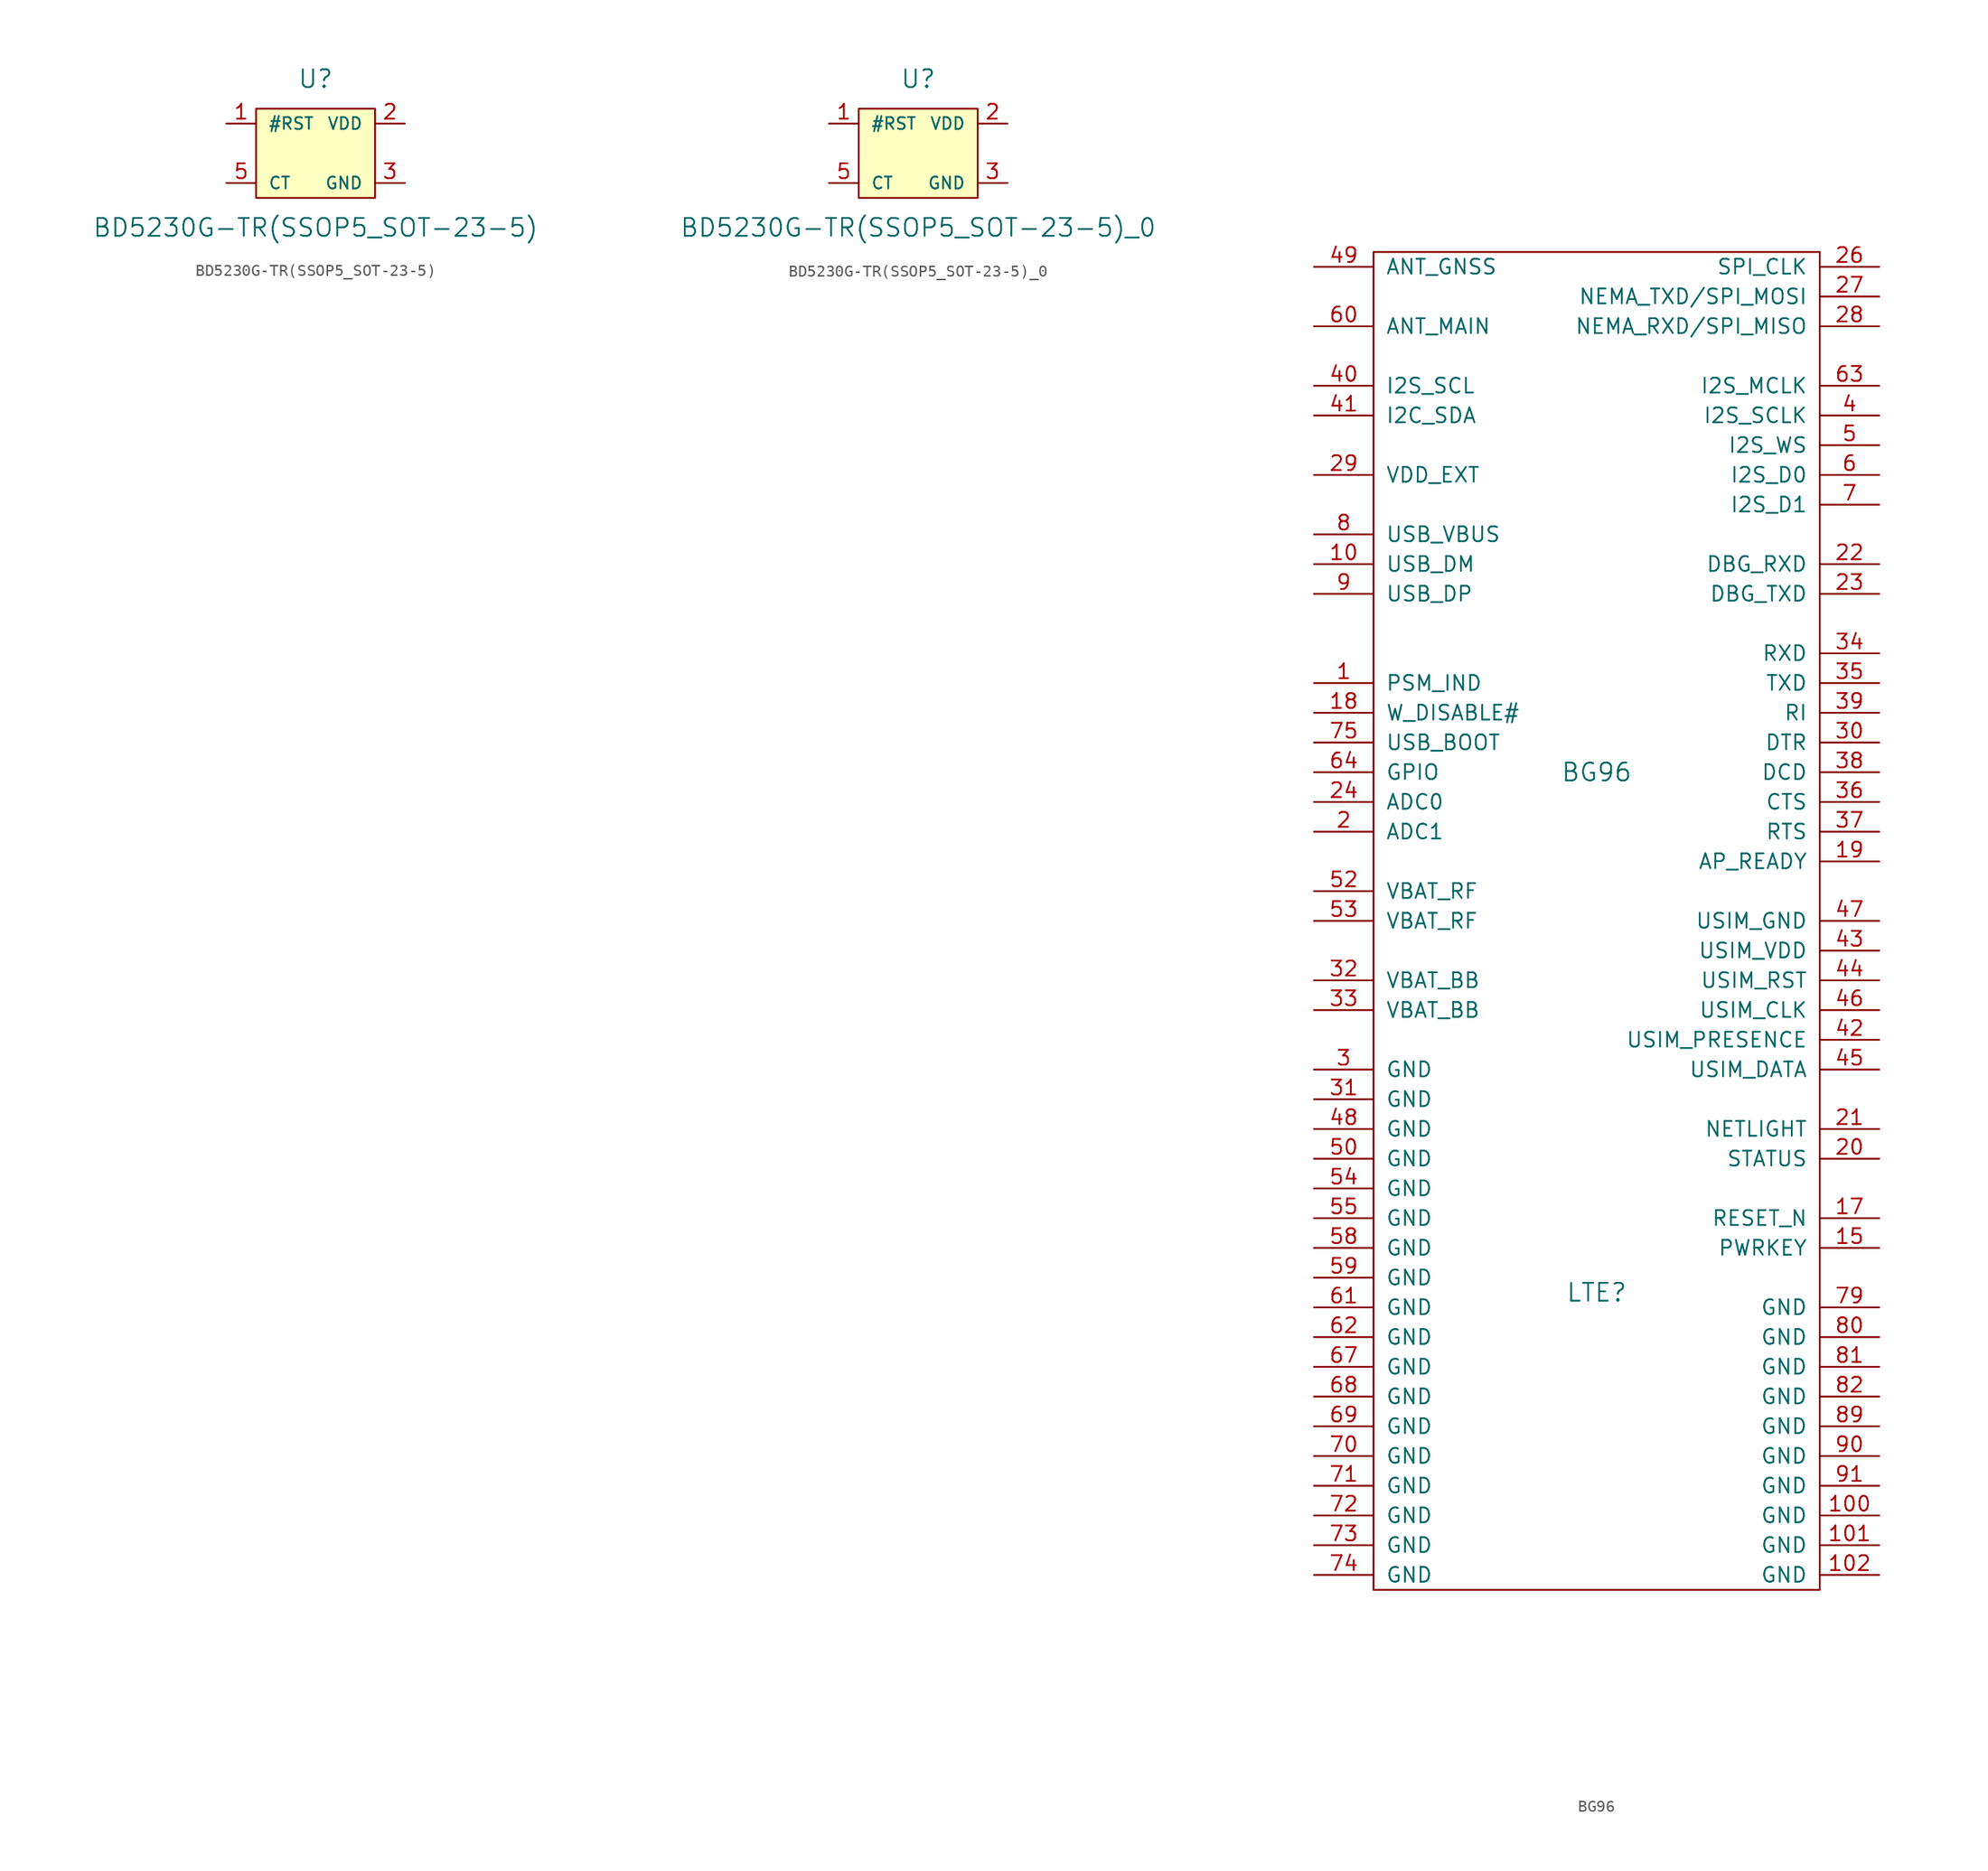
<source format=kicad_sym>
(kicad_symbol_lib
  (version 20220914)
  (generator kicad_symbol_editor)
  (symbol "BD5230G-TR(SSOP5_SOT-23-5)"
    (pin_names
      (offset 1.016))
    (property "Reference" "U"
      (at 0 6.35 0)
      (effects (font (size 1.524 1.524))))
    (property "Value" "BD5230G-TR(SSOP5_SOT-23-5)"
      (at 0 -6.35 0)
      (effects (font (size 1.524 1.524))))
    (symbol "BD5230G-TR(SSOP5_SOT-23-5)_0_1"
      (rectangle (start -5.08 3.81) (end 5.08 -3.81) (stroke (width 0) (type solid)) (fill (type background))))
    (symbol "BD5230G-TR(SSOP5_SOT-23-5)_1_1"
      (pin open_collector line (at -7.62 2.54 0) (length 2.54) (name "#RST" (effects (font (size 1.016 1.016)))) (number "1" (effects (font (size 1.27 1.27)))))
      (pin power_in line (at 7.62 2.54 180) (length 2.54) (name "VDD" (effects (font (size 1.016 1.016)))) (number "2" (effects (font (size 1.27 1.27)))))
      (pin power_in line (at 7.62 -2.54 180) (length 2.54) (name "GND" (effects (font (size 1.016 1.016)))) (number "3" (effects (font (size 1.27 1.27)))))
      (pin passive line (at -7.62 -2.54 0) (length 2.54) (name "CT" (effects (font (size 1.016 1.016)))) (number "5" (effects (font (size 1.27 1.27)))))))
  (symbol "BD5230G-TR(SSOP5_SOT-23-5)_0"
    (pin_names
      (offset 1.016))
    (property "Reference" "U"
      (at 0 6.35 0)
      (effects (font (size 1.524 1.524))))
    (property "Value" "BD5230G-TR(SSOP5_SOT-23-5)_0"
      (at 0 -6.35 0)
      (effects (font (size 1.524 1.524))))
    (symbol "BD5230G-TR(SSOP5_SOT-23-5)_0_0_1"
      (rectangle (start -5.08 3.81) (end 5.08 -3.81) (stroke (width 0) (type solid)) (fill (type background))))
    (symbol "BD5230G-TR(SSOP5_SOT-23-5)_0_1_1"
      (pin open_collector line (at -7.62 2.54 0) (length 2.54) (name "#RST" (effects (font (size 1.016 1.016)))) (number "1" (effects (font (size 1.27 1.27)))))
      (pin power_in line (at 7.62 2.54 180) (length 2.54) (name "VDD" (effects (font (size 1.016 1.016)))) (number "2" (effects (font (size 1.27 1.27)))))
      (pin power_in line (at 7.62 -2.54 180) (length 2.54) (name "GND" (effects (font (size 1.016 1.016)))) (number "3" (effects (font (size 1.27 1.27)))))
      (pin passive line (at -7.62 -2.54 0) (length 2.54) (name "CT" (effects (font (size 1.016 1.016)))) (number "5" (effects (font (size 1.27 1.27)))))))
  (symbol "BG96"
    (pin_names
      (offset 1.016))
    (property "Reference" "LTE"
      (at 0 -34.29 0)
      (effects (font (size 1.524 1.524))))
    (property "Value" "BG96"
      (at 0 10.16 0)
      (effects (font (size 1.524 1.524))))
    (symbol "BG96_0_1"
      (rectangle (start -19.05 54.61) (end 19.05 -59.69) (stroke (width 0) (type solid)) (fill (type none))))
    (symbol "BG96_1_1"
      (pin output line (at -24.13 17.78 0) (length 5.08) (name "PSM_IND" (effects (font (size 1.27 1.27)))) (number "1" (effects (font (size 1.27 1.27)))))
      (pin bidirectional line (at -24.13 27.94 0) (length 5.08) (name "USB_DM" (effects (font (size 1.27 1.27)))) (number "10" (effects (font (size 1.27 1.27)))))
      (pin power_in line (at 24.13 -53.34 180) (length 5.08) (name "GND" (effects (font (size 1.27 1.27)))) (number "100" (effects (font (size 1.27 1.27)))))
      (pin power_in line (at 24.13 -55.88 180) (length 5.08) (name "GND" (effects (font (size 1.27 1.27)))) (number "101" (effects (font (size 1.27 1.27)))))
      (pin power_in line (at 24.13 -58.42 180) (length 5.08) (name "GND" (effects (font (size 1.27 1.27)))) (number "102" (effects (font (size 1.27 1.27)))))
      (pin no_connect line (at -12.7 -64.77 90) (length 5.08) hide (name "NC" (effects (font (size 1.27 1.27)))) (number "11" (effects (font (size 1.27 1.27)))))
      (pin no_connect line (at -11.43 -64.77 90) (length 5.08) hide (name "NC" (effects (font (size 1.27 1.27)))) (number "12" (effects (font (size 1.27 1.27)))))
      (pin no_connect line (at -10.16 -64.77 90) (length 5.08) hide (name "NC" (effects (font (size 1.27 1.27)))) (number "13" (effects (font (size 1.27 1.27)))))
      (pin no_connect line (at -8.89 -64.77 90) (length 5.08) hide (name "NC" (effects (font (size 1.27 1.27)))) (number "14" (effects (font (size 1.27 1.27)))))
      (pin input line (at 24.13 -30.48 180) (length 5.08) (name "PWRKEY" (effects (font (size 1.27 1.27)))) (number "15" (effects (font (size 1.27 1.27)))))
      (pin no_connect line (at -7.62 -64.77 90) (length 5.08) hide (name "NC" (effects (font (size 1.27 1.27)))) (number "16" (effects (font (size 1.27 1.27)))))
      (pin input line (at 24.13 -27.94 180) (length 5.08) (name "RESET_N" (effects (font (size 1.27 1.27)))) (number "17" (effects (font (size 1.27 1.27)))))
      (pin input line (at -24.13 15.24 0) (length 5.08) (name "W_DISABLE#" (effects (font (size 1.27 1.27)))) (number "18" (effects (font (size 1.27 1.27)))))
      (pin input line (at 24.13 2.54 180) (length 5.08) (name "AP_READY" (effects (font (size 1.27 1.27)))) (number "19" (effects (font (size 1.27 1.27)))))
      (pin input line (at -24.13 5.08 0) (length 5.08) (name "ADC1" (effects (font (size 1.27 1.27)))) (number "2" (effects (font (size 1.27 1.27)))))
      (pin output line (at 24.13 -22.86 180) (length 5.08) (name "STATUS" (effects (font (size 1.27 1.27)))) (number "20" (effects (font (size 1.27 1.27)))))
      (pin output line (at 24.13 -20.32 180) (length 5.08) (name "NETLIGHT" (effects (font (size 1.27 1.27)))) (number "21" (effects (font (size 1.27 1.27)))))
      (pin input line (at 24.13 27.94 180) (length 5.08) (name "DBG_RXD" (effects (font (size 1.27 1.27)))) (number "22" (effects (font (size 1.27 1.27)))))
      (pin output line (at 24.13 25.4 180) (length 5.08) (name "DBG_TXD" (effects (font (size 1.27 1.27)))) (number "23" (effects (font (size 1.27 1.27)))))
      (pin input line (at -24.13 7.62 0) (length 5.08) (name "ADC0" (effects (font (size 1.27 1.27)))) (number "24" (effects (font (size 1.27 1.27)))))
      (pin no_connect line (at -6.35 -64.77 90) (length 5.08) hide (name "NC" (effects (font (size 1.27 1.27)))) (number "25" (effects (font (size 1.27 1.27)))))
      (pin output line (at 24.13 53.34 180) (length 5.08) (name "SPI_CLK" (effects (font (size 1.27 1.27)))) (number "26" (effects (font (size 1.27 1.27)))))
      (pin input line (at 24.13 50.8 180) (length 5.08) (name "NEMA_TXD/SPI_MOSI" (effects (font (size 1.27 1.27)))) (number "27" (effects (font (size 1.27 1.27)))))
      (pin input line (at 24.13 48.26 180) (length 5.08) (name "NEMA_RXD/SPI_MISO" (effects (font (size 1.27 1.27)))) (number "28" (effects (font (size 1.27 1.27)))))
      (pin power_out line (at -24.13 35.56 0) (length 5.08) (name "VDD_EXT" (effects (font (size 1.27 1.27)))) (number "29" (effects (font (size 1.27 1.27)))))
      (pin power_in line (at -24.13 -15.24 0) (length 5.08) (name "GND" (effects (font (size 1.27 1.27)))) (number "3" (effects (font (size 1.27 1.27)))))
      (pin input line (at 24.13 12.7 180) (length 5.08) (name "DTR" (effects (font (size 1.27 1.27)))) (number "30" (effects (font (size 1.27 1.27)))))
      (pin power_in line (at -24.13 -17.78 0) (length 5.08) (name "GND" (effects (font (size 1.27 1.27)))) (number "31" (effects (font (size 1.27 1.27)))))
      (pin power_in line (at -24.13 -7.62 0) (length 5.08) (name "VBAT_BB" (effects (font (size 1.27 1.27)))) (number "32" (effects (font (size 1.27 1.27)))))
      (pin power_in line (at -24.13 -10.16 0) (length 5.08) (name "VBAT_BB" (effects (font (size 1.27 1.27)))) (number "33" (effects (font (size 1.27 1.27)))))
      (pin input line (at 24.13 20.32 180) (length 5.08) (name "RXD" (effects (font (size 1.27 1.27)))) (number "34" (effects (font (size 1.27 1.27)))))
      (pin output line (at 24.13 17.78 180) (length 5.08) (name "TXD" (effects (font (size 1.27 1.27)))) (number "35" (effects (font (size 1.27 1.27)))))
      (pin output line (at 24.13 7.62 180) (length 5.08) (name "CTS" (effects (font (size 1.27 1.27)))) (number "36" (effects (font (size 1.27 1.27)))))
      (pin input line (at 24.13 5.08 180) (length 5.08) (name "RTS" (effects (font (size 1.27 1.27)))) (number "37" (effects (font (size 1.27 1.27)))))
      (pin output line (at 24.13 10.16 180) (length 5.08) (name "DCD" (effects (font (size 1.27 1.27)))) (number "38" (effects (font (size 1.27 1.27)))))
      (pin output line (at 24.13 15.24 180) (length 5.08) (name "RI" (effects (font (size 1.27 1.27)))) (number "39" (effects (font (size 1.27 1.27)))))
      (pin output line (at 24.13 40.64 180) (length 5.08) (name "I2S_SCLK" (effects (font (size 1.27 1.27)))) (number "4" (effects (font (size 1.27 1.27)))))
      (pin open_collector line (at -24.13 43.18 0) (length 5.08) (name "I2S_SCL" (effects (font (size 1.27 1.27)))) (number "40" (effects (font (size 1.27 1.27)))))
      (pin open_collector line (at -24.13 40.64 0) (length 5.08) (name "I2C_SDA" (effects (font (size 1.27 1.27)))) (number "41" (effects (font (size 1.27 1.27)))))
      (pin input line (at 24.13 -12.7 180) (length 5.08) (name "USIM_PRESENCE" (effects (font (size 1.27 1.27)))) (number "42" (effects (font (size 1.27 1.27)))))
      (pin power_out line (at 24.13 -5.08 180) (length 5.08) (name "USIM_VDD" (effects (font (size 1.27 1.27)))) (number "43" (effects (font (size 1.27 1.27)))))
      (pin output line (at 24.13 -7.62 180) (length 5.08) (name "USIM_RST" (effects (font (size 1.27 1.27)))) (number "44" (effects (font (size 1.27 1.27)))))
      (pin bidirectional line (at 24.13 -15.24 180) (length 5.08) (name "USIM_DATA" (effects (font (size 1.27 1.27)))) (number "45" (effects (font (size 1.27 1.27)))))
      (pin output line (at 24.13 -10.16 180) (length 5.08) (name "USIM_CLK" (effects (font (size 1.27 1.27)))) (number "46" (effects (font (size 1.27 1.27)))))
      (pin power_out line (at 24.13 -2.54 180) (length 5.08) (name "USIM_GND" (effects (font (size 1.27 1.27)))) (number "47" (effects (font (size 1.27 1.27)))))
      (pin power_in line (at -24.13 -20.32 0) (length 5.08) (name "GND" (effects (font (size 1.27 1.27)))) (number "48" (effects (font (size 1.27 1.27)))))
      (pin input line (at -24.13 53.34 0) (length 5.08) (name "ANT_GNSS" (effects (font (size 1.27 1.27)))) (number "49" (effects (font (size 1.27 1.27)))))
      (pin output line (at 24.13 38.1 180) (length 5.08) (name "I2S_WS" (effects (font (size 1.27 1.27)))) (number "5" (effects (font (size 1.27 1.27)))))
      (pin power_in line (at -24.13 -22.86 0) (length 5.08) (name "GND" (effects (font (size 1.27 1.27)))) (number "50" (effects (font (size 1.27 1.27)))))
      (pin no_connect line (at -5.08 -64.77 90) (length 5.08) hide (name "NC" (effects (font (size 1.27 1.27)))) (number "51" (effects (font (size 1.27 1.27)))))
      (pin power_in line (at -24.13 0 0) (length 5.08) (name "VBAT_RF" (effects (font (size 1.27 1.27)))) (number "52" (effects (font (size 1.27 1.27)))))
      (pin power_in line (at -24.13 -2.54 0) (length 5.08) (name "VBAT_RF" (effects (font (size 1.27 1.27)))) (number "53" (effects (font (size 1.27 1.27)))))
      (pin power_in line (at -24.13 -25.4 0) (length 5.08) (name "GND" (effects (font (size 1.27 1.27)))) (number "54" (effects (font (size 1.27 1.27)))))
      (pin power_in line (at -24.13 -27.94 0) (length 5.08) (name "GND" (effects (font (size 1.27 1.27)))) (number "55" (effects (font (size 1.27 1.27)))))
      (pin no_connect line (at -3.81 -64.77 90) (length 5.08) hide (name "NC" (effects (font (size 1.27 1.27)))) (number "56" (effects (font (size 1.27 1.27)))))
      (pin no_connect line (at -2.54 -64.77 90) (length 5.08) hide (name "NC" (effects (font (size 1.27 1.27)))) (number "57" (effects (font (size 1.27 1.27)))))
      (pin power_in line (at -24.13 -30.48 0) (length 5.08) (name "GND" (effects (font (size 1.27 1.27)))) (number "58" (effects (font (size 1.27 1.27)))))
      (pin power_in line (at -24.13 -33.02 0) (length 5.08) (name "GND" (effects (font (size 1.27 1.27)))) (number "59" (effects (font (size 1.27 1.27)))))
      (pin bidirectional line (at 24.13 35.56 180) (length 5.08) (name "I2S_D0" (effects (font (size 1.27 1.27)))) (number "6" (effects (font (size 1.27 1.27)))))
      (pin bidirectional line (at -24.13 48.26 0) (length 5.08) (name "ANT_MAIN" (effects (font (size 1.27 1.27)))) (number "60" (effects (font (size 1.27 1.27)))))
      (pin power_in line (at -24.13 -35.56 0) (length 5.08) (name "GND" (effects (font (size 1.27 1.27)))) (number "61" (effects (font (size 1.27 1.27)))))
      (pin power_in line (at -24.13 -38.1 0) (length 5.08) (name "GND" (effects (font (size 1.27 1.27)))) (number "62" (effects (font (size 1.27 1.27)))))
      (pin output line (at 24.13 43.18 180) (length 5.08) (name "I2S_MCLK" (effects (font (size 1.27 1.27)))) (number "63" (effects (font (size 1.27 1.27)))))
      (pin bidirectional line (at -24.13 10.16 0) (length 5.08) (name "GPIO" (effects (font (size 1.27 1.27)))) (number "64" (effects (font (size 1.27 1.27)))))
      (pin no_connect line (at -1.27 -64.77 90) (length 5.08) hide (name "NC" (effects (font (size 1.27 1.27)))) (number "65" (effects (font (size 1.27 1.27)))))
      (pin no_connect line (at 0 -64.77 90) (length 5.08) hide (name "NC" (effects (font (size 1.27 1.27)))) (number "66" (effects (font (size 1.27 1.27)))))
      (pin power_in line (at -24.13 -40.64 0) (length 5.08) (name "GND" (effects (font (size 1.27 1.27)))) (number "67" (effects (font (size 1.27 1.27)))))
      (pin power_in line (at -24.13 -43.18 0) (length 5.08) (name "GND" (effects (font (size 1.27 1.27)))) (number "68" (effects (font (size 1.27 1.27)))))
      (pin power_in line (at -24.13 -45.72 0) (length 5.08) (name "GND" (effects (font (size 1.27 1.27)))) (number "69" (effects (font (size 1.27 1.27)))))
      (pin bidirectional line (at 24.13 33.02 180) (length 5.08) (name "I2S_D1" (effects (font (size 1.27 1.27)))) (number "7" (effects (font (size 1.27 1.27)))))
      (pin power_in line (at -24.13 -48.26 0) (length 5.08) (name "GND" (effects (font (size 1.27 1.27)))) (number "70" (effects (font (size 1.27 1.27)))))
      (pin power_in line (at -24.13 -50.8 0) (length 5.08) (name "GND" (effects (font (size 1.27 1.27)))) (number "71" (effects (font (size 1.27 1.27)))))
      (pin power_in line (at -24.13 -53.34 0) (length 5.08) (name "GND" (effects (font (size 1.27 1.27)))) (number "72" (effects (font (size 1.27 1.27)))))
      (pin power_in line (at -24.13 -55.88 0) (length 5.08) (name "GND" (effects (font (size 1.27 1.27)))) (number "73" (effects (font (size 1.27 1.27)))))
      (pin power_in line (at -24.13 -58.42 0) (length 5.08) (name "GND" (effects (font (size 1.27 1.27)))) (number "74" (effects (font (size 1.27 1.27)))))
      (pin input line (at -24.13 12.7 0) (length 5.08) (name "USB_BOOT" (effects (font (size 1.27 1.27)))) (number "75" (effects (font (size 1.27 1.27)))))
      (pin no_connect line (at 1.27 -64.77 90) (length 5.08) hide (name "NC" (effects (font (size 1.27 1.27)))) (number "76" (effects (font (size 1.27 1.27)))))
      (pin no_connect line (at 2.54 -64.77 90) (length 5.08) hide (name "NC" (effects (font (size 1.27 1.27)))) (number "77" (effects (font (size 1.27 1.27)))))
      (pin no_connect line (at 3.81 -64.77 90) (length 5.08) hide (name "NC" (effects (font (size 1.27 1.27)))) (number "78" (effects (font (size 1.27 1.27)))))
      (pin power_in line (at 24.13 -35.56 180) (length 5.08) (name "GND" (effects (font (size 1.27 1.27)))) (number "79" (effects (font (size 1.27 1.27)))))
      (pin power_in line (at -24.13 30.48 0) (length 5.08) (name "USB_VBUS" (effects (font (size 1.27 1.27)))) (number "8" (effects (font (size 1.27 1.27)))))
      (pin power_in line (at 24.13 -38.1 180) (length 5.08) (name "GND" (effects (font (size 1.27 1.27)))) (number "80" (effects (font (size 1.27 1.27)))))
      (pin power_in line (at 24.13 -40.64 180) (length 5.08) (name "GND" (effects (font (size 1.27 1.27)))) (number "81" (effects (font (size 1.27 1.27)))))
      (pin power_in line (at 24.13 -43.18 180) (length 5.08) (name "GND" (effects (font (size 1.27 1.27)))) (number "82" (effects (font (size 1.27 1.27)))))
      (pin no_connect line (at 5.08 -64.77 90) (length 5.08) hide (name "NC" (effects (font (size 1.27 1.27)))) (number "83" (effects (font (size 1.27 1.27)))))
      (pin no_connect line (at 6.35 -64.77 90) (length 5.08) hide (name "NC" (effects (font (size 1.27 1.27)))) (number "84" (effects (font (size 1.27 1.27)))))
      (pin no_connect line (at 7.62 -64.77 90) (length 5.08) hide (name "NC" (effects (font (size 1.27 1.27)))) (number "85" (effects (font (size 1.27 1.27)))))
      (pin no_connect line (at 8.89 -64.77 90) (length 5.08) hide (name "NC" (effects (font (size 1.27 1.27)))) (number "86" (effects (font (size 1.27 1.27)))))
      (pin no_connect line (at 10.16 -64.77 90) (length 5.08) hide (name "NC" (effects (font (size 1.27 1.27)))) (number "87" (effects (font (size 1.27 1.27)))))
      (pin no_connect line (at 11.43 -64.77 90) (length 5.08) hide (name "NC" (effects (font (size 1.27 1.27)))) (number "88" (effects (font (size 1.27 1.27)))))
      (pin power_in line (at 24.13 -45.72 180) (length 5.08) (name "GND" (effects (font (size 1.27 1.27)))) (number "89" (effects (font (size 1.27 1.27)))))
      (pin bidirectional line (at -24.13 25.4 0) (length 5.08) (name "USB_DP" (effects (font (size 1.27 1.27)))) (number "9" (effects (font (size 1.27 1.27)))))
      (pin power_in line (at 24.13 -48.26 180) (length 5.08) (name "GND" (effects (font (size 1.27 1.27)))) (number "90" (effects (font (size 1.27 1.27)))))
      (pin power_in line (at 24.13 -50.8 180) (length 5.08) (name "GND" (effects (font (size 1.27 1.27)))) (number "91" (effects (font (size 1.27 1.27)))))
      (pin no_connect line (at -11.43 59.69 270) (length 5.08) hide (name "NC" (effects (font (size 1.27 1.27)))) (number "92" (effects (font (size 1.27 1.27)))))
      (pin no_connect line (at -10.16 59.69 270) (length 5.08) hide (name "NC" (effects (font (size 1.27 1.27)))) (number "93" (effects (font (size 1.27 1.27)))))
      (pin no_connect line (at -8.89 59.69 270) (length 5.08) hide (name "NC" (effects (font (size 1.27 1.27)))) (number "94" (effects (font (size 1.27 1.27)))))
      (pin no_connect line (at -7.62 59.69 270) (length 5.08) hide (name "NC" (effects (font (size 1.27 1.27)))) (number "95" (effects (font (size 1.27 1.27)))))
      (pin no_connect line (at -6.35 59.69 270) (length 5.08) hide (name "NC" (effects (font (size 1.27 1.27)))) (number "96" (effects (font (size 1.27 1.27)))))
      (pin no_connect line (at -5.08 59.69 270) (length 5.08) hide (name "NC" (effects (font (size 1.27 1.27)))) (number "97" (effects (font (size 1.27 1.27)))))
      (pin no_connect line (at -3.81 59.69 270) (length 5.08) hide (name "NC" (effects (font (size 1.27 1.27)))) (number "98" (effects (font (size 1.27 1.27)))))
      (pin no_connect line (at -2.54 59.69 270) (length 5.08) hide (name "NC" (effects (font (size 1.27 1.27)))) (number "99" (effects (font (size 1.27 1.27))))))))
</source>
